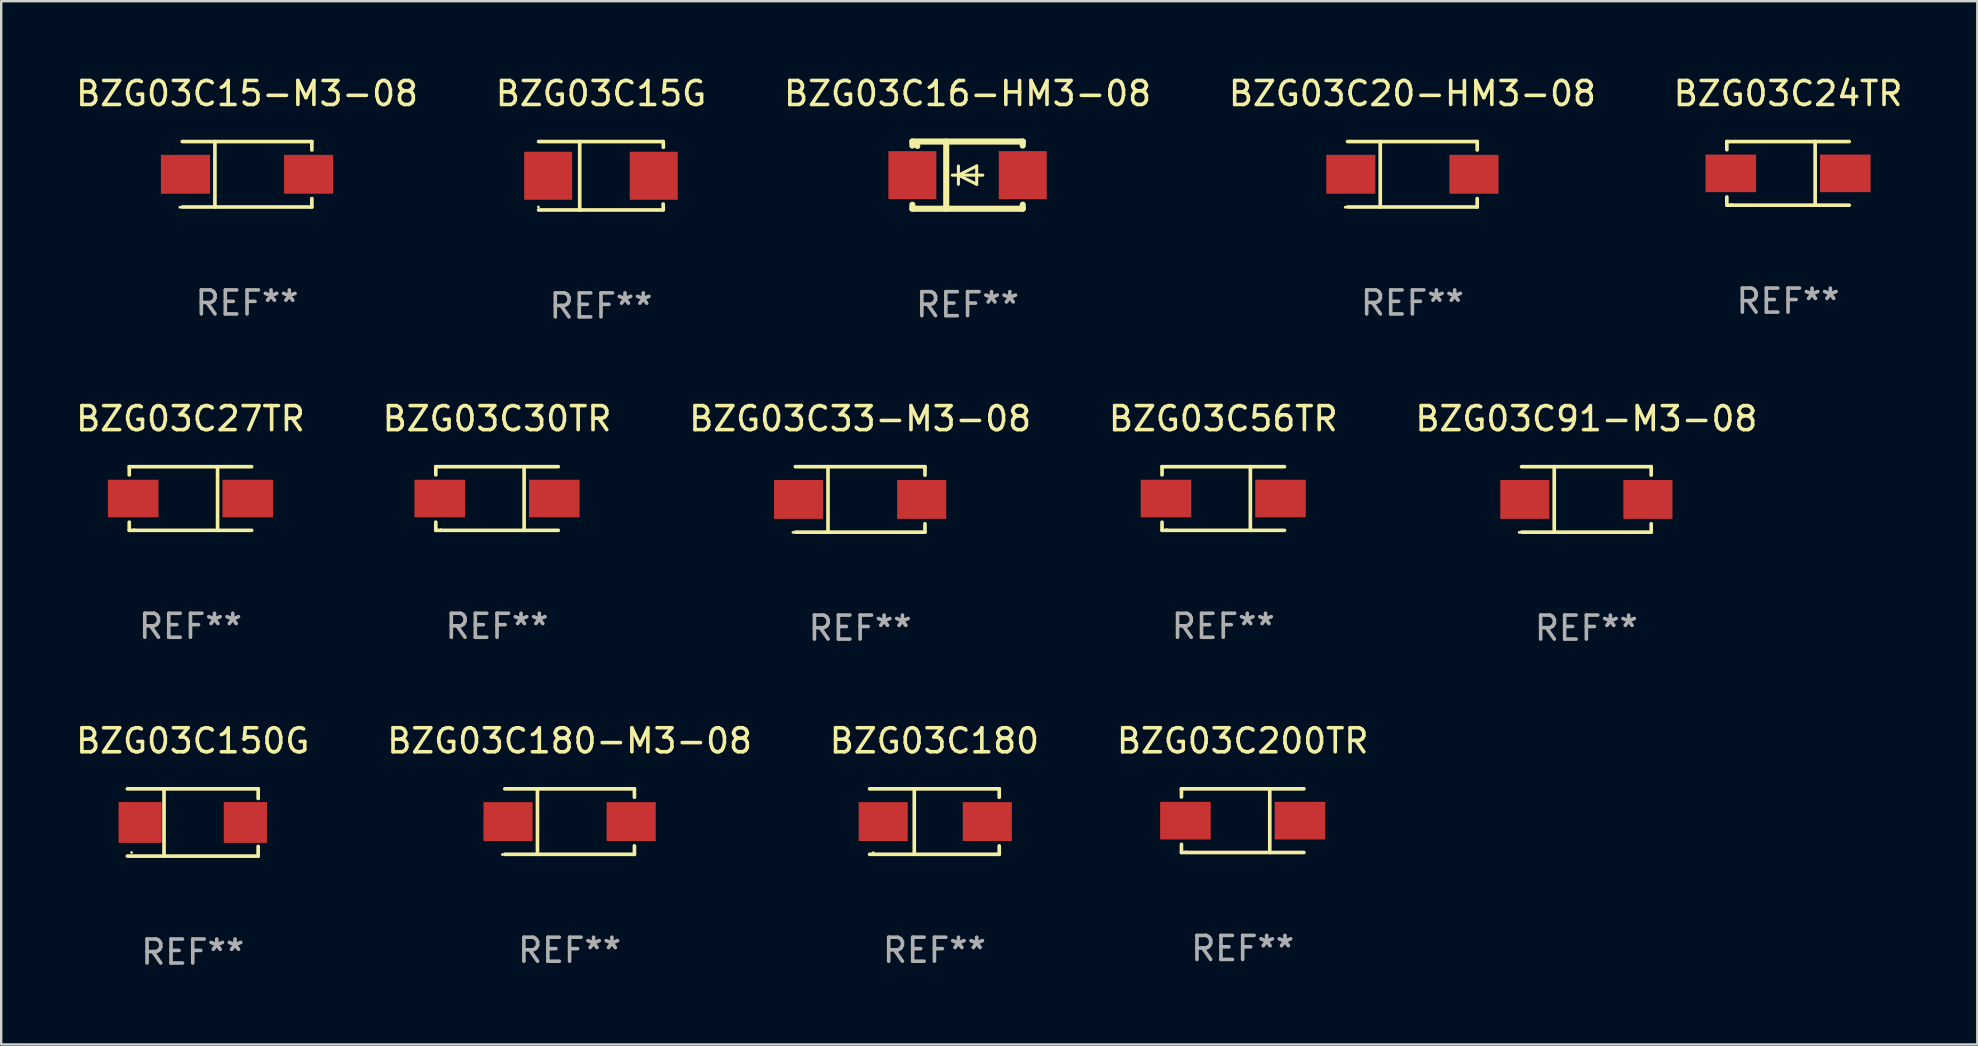
<source format=kicad_pcb>
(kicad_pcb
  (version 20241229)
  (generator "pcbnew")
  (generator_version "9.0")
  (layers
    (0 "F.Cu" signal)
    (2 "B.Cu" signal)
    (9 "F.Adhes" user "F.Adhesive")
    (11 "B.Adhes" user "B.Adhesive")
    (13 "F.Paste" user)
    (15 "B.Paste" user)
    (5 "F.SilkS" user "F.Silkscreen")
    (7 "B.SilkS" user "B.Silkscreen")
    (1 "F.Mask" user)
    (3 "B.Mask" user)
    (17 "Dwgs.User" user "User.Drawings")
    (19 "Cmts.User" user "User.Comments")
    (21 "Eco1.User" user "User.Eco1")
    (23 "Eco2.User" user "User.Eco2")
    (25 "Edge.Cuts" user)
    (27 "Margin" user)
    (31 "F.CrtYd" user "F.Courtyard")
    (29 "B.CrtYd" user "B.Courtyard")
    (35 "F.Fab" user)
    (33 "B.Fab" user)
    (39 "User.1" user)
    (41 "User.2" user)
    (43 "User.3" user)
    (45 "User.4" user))
  (footprint "BZG03C15-M3-08"
    (layer "F.Cu")
    (at 7.244 4.212)
    (property "Reference" "BZG03C15-M3-08" (at 0 -3.364 0) (layer "F.SilkS") (effects (font (size 1 1) (thickness 0.15))))
    (attr through_hole)
    (fp_line (start -2.701 -1.364) (end 2.701 -1.364) (stroke (width 0.152) (type solid)) (layer "F.SilkS"))
    (fp_line (start -2.701 1.364) (end 2.701 1.364) (stroke (width 0.152) (type solid)) (layer "F.SilkS"))
    (fp_line (start -1.339 -1.364) (end -1.339 1.364) (stroke (width 0.152) (type solid)) (layer "F.SilkS"))
    (fp_line (start 2.701 -1.364) (end 2.701 -1.013) (stroke (width 0.152) (type solid)) (layer "F.SilkS"))
    (fp_line (start 2.701 1.364) (end 2.701 1.013) (stroke (width 0.152) (type solid)) (layer "F.SilkS"))
    (fp_circle (center -2.8 1.375) (end -2.77 1.375) (stroke (width 0.06) (type solid)) (fill no) (layer "F.SilkS"))
    (fp_text user "REF**" (at 0 5.364 0) (layer "F.Fab") (effects (font (size 1 1) (thickness 0.15))))
    (pad "1" smd rect (at -2.565 -0.000025) (size 2.046 1.62) (layers "F.Cu" "F.Mask" "F.Paste"))
    (pad "2" smd rect (at 2.565 -0.000025) (size 2.046 1.62) (layers "F.Cu" "F.Mask" "F.Paste")))
  (footprint "BZG03C180-M3-08"
    (layer "F.Cu")
    (at 20.685 31.185)
    (property "Reference" "BZG03C180-M3-08" (at 0 -3.364 0) (layer "F.SilkS") (effects (font (size 1 1) (thickness 0.15))))
    (attr through_hole)
    (fp_line (start -2.701 -1.364) (end 2.701 -1.364) (stroke (width 0.152) (type solid)) (layer "F.SilkS"))
    (fp_line (start -2.701 1.364) (end 2.701 1.364) (stroke (width 0.152) (type solid)) (layer "F.SilkS"))
    (fp_line (start -1.339 -1.364) (end -1.339 1.364) (stroke (width 0.152) (type solid)) (layer "F.SilkS"))
    (fp_line (start 2.701 -1.364) (end 2.701 -1.013) (stroke (width 0.152) (type solid)) (layer "F.SilkS"))
    (fp_line (start 2.701 1.364) (end 2.701 1.013) (stroke (width 0.152) (type solid)) (layer "F.SilkS"))
    (fp_circle (center -2.8 1.375) (end -2.77 1.375) (stroke (width 0.06) (type solid)) (fill no) (layer "F.SilkS"))
    (fp_text user "REF**" (at 0 5.364 0) (layer "F.Fab") (effects (font (size 1 1) (thickness 0.15))))
    (pad "1" smd rect (at -2.565 -0.000025) (size 2.046 1.62) (layers "F.Cu" "F.Mask" "F.Paste"))
    (pad "2" smd rect (at 2.565 -0.000025) (size 2.046 1.62) (layers "F.Cu" "F.Mask" "F.Paste")))
  (footprint "BZG03C30TR"
    (layer "F.Cu")
    (at 17.661 17.723)
    (property "Reference" "BZG03C30TR" (at 0 -3.326 0) (layer "F.SilkS") (effects (font (size 1 1) (thickness 0.15))))
    (attr through_hole)
    (fp_line (start -2.551 -1.326) (end -2.551 -0.986) (stroke (width 0.152) (type solid)) (layer "F.SilkS"))
    (fp_line (start -2.551 1.326) (end -2.551 0.986) (stroke (width 0.152) (type solid)) (layer "F.SilkS"))
    (fp_line (start 1.129 1.326) (end 1.129 -1.326) (stroke (width 0.152) (type solid)) (layer "F.SilkS"))
    (fp_line (start 2.551 -1.326) (end -2.551 -1.326) (stroke (width 0.152) (type solid)) (layer "F.SilkS"))
    (fp_line (start 2.551 1.326) (end -2.551 1.326) (stroke (width 0.152) (type solid)) (layer "F.SilkS"))
    (fp_circle (center -2.35 1.3) (end -2.32 1.3) (stroke (width 0.06) (type solid)) (fill no) (layer "F.SilkS"))
    (fp_text user "REF**" (at 0 5.326 0) (layer "F.Fab") (effects (font (size 1 1) (thickness 0.15))))
    (pad "1" smd rect (at -2.386 0) (size 2.107 1.566) (layers "F.Cu" "F.Mask" "F.Paste"))
    (pad "2" smd rect (at 2.386 0) (size 2.107 1.566) (layers "F.Cu" "F.Mask" "F.Paste")))
  (footprint "BZG03C27TR"
    (layer "F.Cu")
    (at 4.887 17.723)
    (property "Reference" "BZG03C27TR" (at 0 -3.326 0) (layer "F.SilkS") (effects (font (size 1 1) (thickness 0.15))))
    (attr through_hole)
    (fp_line (start -2.551 -1.326) (end -2.551 -0.986) (stroke (width 0.152) (type solid)) (layer "F.SilkS"))
    (fp_line (start -2.551 1.326) (end -2.551 0.986) (stroke (width 0.152) (type solid)) (layer "F.SilkS"))
    (fp_line (start 1.129 1.326) (end 1.129 -1.326) (stroke (width 0.152) (type solid)) (layer "F.SilkS"))
    (fp_line (start 2.551 -1.326) (end -2.551 -1.326) (stroke (width 0.152) (type solid)) (layer "F.SilkS"))
    (fp_line (start 2.551 1.326) (end -2.551 1.326) (stroke (width 0.152) (type solid)) (layer "F.SilkS"))
    (fp_circle (center -2.35 1.3) (end -2.32 1.3) (stroke (width 0.06) (type solid)) (fill no) (layer "F.SilkS"))
    (fp_text user "REF**" (at 0 5.326 0) (layer "F.Fab") (effects (font (size 1 1) (thickness 0.15))))
    (pad "1" smd rect (at -2.386 0) (size 2.107 1.566) (layers "F.Cu" "F.Mask" "F.Paste"))
    (pad "2" smd rect (at 2.386 0) (size 2.107 1.566) (layers "F.Cu" "F.Mask" "F.Paste")))
  (footprint "BZG03C150G"
    (layer "F.Cu")
    (at 4.982 31.222)
    (property "Reference" "BZG03C150G" (at 0 -3.401 0) (layer "F.SilkS") (effects (font (size 1 1) (thickness 0.15))))
    (attr through_hole)
    (fp_line (start -2.726 -1.401) (end 2.726 -1.401) (stroke (width 0.152) (type solid)) (layer "F.SilkS"))
    (fp_line (start -2.726 1.401) (end 2.726 1.401) (stroke (width 0.152) (type solid)) (layer "F.SilkS"))
    (fp_line (start -1.197 -1.401) (end -1.197 1.401) (stroke (width 0.152) (type solid)) (layer "F.SilkS"))
    (fp_line (start 2.726 -1.401) (end 2.726 -1) (stroke (width 0.152) (type solid)) (layer "F.SilkS"))
    (fp_line (start 2.726 1.401) (end 2.726 1) (stroke (width 0.152) (type solid)) (layer "F.SilkS"))
    (fp_circle (center -2.55 1.25) (end -2.52 1.25) (stroke (width 0.06) (type solid)) (fill no) (layer "F.SilkS"))
    (fp_text user "REF**" (at 0 5.401 0) (layer "F.Fab") (effects (font (size 1 1) (thickness 0.15))))
    (pad "1" smd rect (at -2.192 0) (size 1.8 1.7) (layers "F.Cu" "F.Mask" "F.Paste"))
    (pad "2" smd rect (at 2.192 0) (size 1.8 1.7) (layers "F.Cu" "F.Mask" "F.Paste")))
  (footprint "BZG03C56TR"
    (layer "F.Cu")
    (at 47.923 17.723)
    (property "Reference" "BZG03C56TR" (at 0 -3.326 0) (layer "F.SilkS") (effects (font (size 1 1) (thickness 0.15))))
    (attr through_hole)
    (fp_line (start -2.551 -1.326) (end -2.551 -0.986) (stroke (width 0.152) (type solid)) (layer "F.SilkS"))
    (fp_line (start -2.551 1.326) (end -2.551 0.986) (stroke (width 0.152) (type solid)) (layer "F.SilkS"))
    (fp_line (start 1.129 1.326) (end 1.129 -1.326) (stroke (width 0.152) (type solid)) (layer "F.SilkS"))
    (fp_line (start 2.551 -1.326) (end -2.551 -1.326) (stroke (width 0.152) (type solid)) (layer "F.SilkS"))
    (fp_line (start 2.551 1.326) (end -2.551 1.326) (stroke (width 0.152) (type solid)) (layer "F.SilkS"))
    (fp_circle (center -2.35 1.3) (end -2.32 1.3) (stroke (width 0.06) (type solid)) (fill no) (layer "F.SilkS"))
    (fp_text user "REF**" (at 0 5.326 0) (layer "F.Fab") (effects (font (size 1 1) (thickness 0.15))))
    (pad "1" smd rect (at -2.386 0) (size 2.107 1.566) (layers "F.Cu" "F.Mask" "F.Paste"))
    (pad "2" smd rect (at 2.386 0) (size 2.107 1.566) (layers "F.Cu" "F.Mask" "F.Paste")))
  (footprint "BZG03C20-HM3-08"
    (layer "F.Cu")
    (at 55.804 4.212)
    (property "Reference" "BZG03C20-HM3-08" (at 0 -3.364 0) (layer "F.SilkS") (effects (font (size 1 1) (thickness 0.15))))
    (attr through_hole)
    (fp_line (start -2.701 -1.364) (end 2.701 -1.364) (stroke (width 0.152) (type solid)) (layer "F.SilkS"))
    (fp_line (start -2.701 1.364) (end 2.701 1.364) (stroke (width 0.152) (type solid)) (layer "F.SilkS"))
    (fp_line (start -1.339 -1.364) (end -1.339 1.364) (stroke (width 0.152) (type solid)) (layer "F.SilkS"))
    (fp_line (start 2.701 -1.364) (end 2.701 -1.013) (stroke (width 0.152) (type solid)) (layer "F.SilkS"))
    (fp_line (start 2.701 1.364) (end 2.701 1.013) (stroke (width 0.152) (type solid)) (layer "F.SilkS"))
    (fp_circle (center -2.8 1.375) (end -2.77 1.375) (stroke (width 0.06) (type solid)) (fill no) (layer "F.SilkS"))
    (fp_text user "REF**" (at 0 5.364 0) (layer "F.Fab") (effects (font (size 1 1) (thickness 0.15))))
    (pad "1" smd rect (at -2.565 -0.000025) (size 2.046 1.62) (layers "F.Cu" "F.Mask" "F.Paste"))
    (pad "2" smd rect (at 2.565 -0.000025) (size 2.046 1.62) (layers "F.Cu" "F.Mask" "F.Paste")))
  (footprint "BZG03C91-M3-08"
    (layer "F.Cu")
    (at 63.054 17.761)
    (property "Reference" "BZG03C91-M3-08" (at 0 -3.364 0) (layer "F.SilkS") (effects (font (size 1 1) (thickness 0.15))))
    (attr through_hole)
    (fp_line (start -2.701 -1.364) (end 2.701 -1.364) (stroke (width 0.152) (type solid)) (layer "F.SilkS"))
    (fp_line (start -2.701 1.364) (end 2.701 1.364) (stroke (width 0.152) (type solid)) (layer "F.SilkS"))
    (fp_line (start -1.339 -1.364) (end -1.339 1.364) (stroke (width 0.152) (type solid)) (layer "F.SilkS"))
    (fp_line (start 2.701 -1.364) (end 2.701 -1.013) (stroke (width 0.152) (type solid)) (layer "F.SilkS"))
    (fp_line (start 2.701 1.364) (end 2.701 1.013) (stroke (width 0.152) (type solid)) (layer "F.SilkS"))
    (fp_circle (center -2.8 1.375) (end -2.77 1.375) (stroke (width 0.06) (type solid)) (fill no) (layer "F.SilkS"))
    (fp_text user "REF**" (at 0 5.364 0) (layer "F.Fab") (effects (font (size 1 1) (thickness 0.15))))
    (pad "1" smd rect (at -2.565 -0.000025) (size 2.046 1.62) (layers "F.Cu" "F.Mask" "F.Paste"))
    (pad "2" smd rect (at 2.565 -0.000025) (size 2.046 1.62) (layers "F.Cu" "F.Mask" "F.Paste")))
  (footprint "BZG03C15G"
    (layer "F.Cu")
    (at 21.994 4.274)
    (property "Reference" "BZG03C15G" (at 0 -3.426 0) (layer "F.SilkS") (effects (font (size 1 1) (thickness 0.15))))
    (attr through_hole)
    (fp_line (start -2.6 -1.426) (end 2.593 -1.426) (stroke (width 0.152) (type solid)) (layer "F.SilkS"))
    (fp_line (start -2.6 1.426) (end 2.593 1.426) (stroke (width 0.152) (type solid)) (layer "F.SilkS"))
    (fp_line (start -0.887 -1.426) (end -0.887 1.426) (stroke (width 0.152) (type solid)) (layer "F.SilkS"))
    (fp_line (start 2.59 1.176) (end 2.597 1.415) (stroke (width 0.152) (type solid)) (layer "F.SilkS"))
    (fp_line (start 2.593 -1.426) (end 2.6 -1.187) (stroke (width 0.152) (type solid)) (layer "F.SilkS"))
    (fp_circle (center -2.608 1.3) (end -2.578 1.3) (stroke (width 0.06) (type solid)) (fill no) (layer "F.SilkS"))
    (fp_text user "REF**" (at 0 5.426 0) (layer "F.Fab") (effects (font (size 1 1) (thickness 0.15))))
    (pad "1" smd rect (at -2.203 0 180) (size 2 2) (layers "F.Cu" "F.Mask" "F.Paste"))
    (pad "2" smd rect (at 2.197 0 180) (size 2 2) (layers "F.Cu" "F.Mask" "F.Paste")))
  (footprint "BZG03C16-HM3-08"
    (layer "F.Cu")
    (at 37.268 4.248)
    (property "Reference" "BZG03C16-HM3-08" (at 0 -3.4 0) (layer "F.SilkS") (effects (font (size 1 1) (thickness 0.15))))
    (attr through_hole)
    (fp_line (start -2.3 -1.4) (end -2.3 -1.231) (stroke (width 0.254) (type solid)) (layer "F.SilkS"))
    (fp_line (start -2.3 -1.4) (end 2.3 -1.4) (stroke (width 0.254) (type solid)) (layer "F.SilkS"))
    (fp_line (start -2.3 1.231) (end -2.3 1.4) (stroke (width 0.254) (type solid)) (layer "F.SilkS"))
    (fp_line (start -2.3 1.4) (end 2.3 1.4) (stroke (width 0.254) (type solid)) (layer "F.SilkS"))
    (fp_line (start -0.889 1.4) (end -0.889 -1.4) (stroke (width 0.254) (type solid)) (layer "F.SilkS"))
    (fp_line (start -0.381 0) (end -0.381 -0.381) (stroke (width 0.127) (type solid)) (layer "F.SilkS"))
    (fp_line (start -0.381 0) (end -0.381 0.381) (stroke (width 0.127) (type solid)) (layer "F.SilkS"))
    (fp_line (start 0.381 -0.381) (end -0.381 0) (stroke (width 0.127) (type solid)) (layer "F.SilkS"))
    (fp_line (start 0.381 0) (end 0.381 -0.381) (stroke (width 0.127) (type solid)) (layer "F.SilkS"))
    (fp_line (start 0.381 0) (end 0.381 0.381) (stroke (width 0.127) (type solid)) (layer "F.SilkS"))
    (fp_line (start 0.381 0.381) (end -0.381 0) (stroke (width 0.127) (type solid)) (layer "F.SilkS"))
    (fp_line (start 0.635 0) (end -0.635 0) (stroke (width 0.127) (type solid)) (layer "F.SilkS"))
    (fp_line (start 2.3 -1.4) (end 2.3 -1.231) (stroke (width 0.254) (type solid)) (layer "F.SilkS"))
    (fp_line (start 2.3 1.231) (end 2.3 1.4) (stroke (width 0.254) (type solid)) (layer "F.SilkS"))
    (fp_circle (center -2.088 -1.208) (end -2.028 -1.208) (stroke (width 0.12) (type solid)) (fill no) (layer "F.SilkS"))
    (fp_text user "REF**" (at 0 5.4 0) (layer "F.Fab") (effects (font (size 1 1) (thickness 0.15))))
    (pad "1" smd rect (at -2.3 0 180) (size 2 2) (layers "F.Cu" "F.Mask" "F.Paste"))
    (pad "2" smd rect (at 2.3 0 180) (size 2 2) (layers "F.Cu" "F.Mask" "F.Paste")))
  (footprint "BZG03C180"
    (layer "F.Cu")
    (at 35.887 31.185)
    (property "Reference" "BZG03C180" (at 0 -3.364 0) (layer "F.SilkS") (effects (font (size 1 1) (thickness 0.15))))
    (attr through_hole)
    (fp_line (start -2.701 -1.364) (end 2.701 -1.364) (stroke (width 0.152) (type solid)) (layer "F.SilkS"))
    (fp_line (start -2.701 1.364) (end 2.701 1.364) (stroke (width 0.152) (type solid)) (layer "F.SilkS"))
    (fp_line (start -0.839 -1.364) (end -0.839 1.364) (stroke (width 0.152) (type solid)) (layer "F.SilkS"))
    (fp_line (start 2.701 -1.364) (end 2.701 -1.013) (stroke (width 0.152) (type solid)) (layer "F.SilkS"))
    (fp_line (start 2.701 1.364) (end 2.701 1.013) (stroke (width 0.152) (type solid)) (layer "F.SilkS"))
    (fp_circle (center -2.548 1.3) (end -2.518 1.3) (stroke (width 0.06) (type solid)) (fill no) (layer "F.SilkS"))
    (fp_text user "REF**" (at 0 5.364 0) (layer "F.Fab") (effects (font (size 1 1) (thickness 0.15))))
    (pad "1" smd rect (at -2.134 0.000025) (size 2.046 1.62) (layers "F.Cu" "F.Mask" "F.Paste"))
    (pad "2" smd rect (at 2.205 0.000025) (size 2.046 1.62) (layers "F.Cu" "F.Mask" "F.Paste")))
  (footprint "BZG03C33-M3-08"
    (layer "F.Cu")
    (at 32.792 17.761)
    (property "Reference" "BZG03C33-M3-08" (at 0 -3.364 0) (layer "F.SilkS") (effects (font (size 1 1) (thickness 0.15))))
    (attr through_hole)
    (fp_line (start -2.701 -1.364) (end 2.701 -1.364) (stroke (width 0.152) (type solid)) (layer "F.SilkS"))
    (fp_line (start -2.701 1.364) (end 2.701 1.364) (stroke (width 0.152) (type solid)) (layer "F.SilkS"))
    (fp_line (start -1.339 -1.364) (end -1.339 1.364) (stroke (width 0.152) (type solid)) (layer "F.SilkS"))
    (fp_line (start 2.701 -1.364) (end 2.701 -1.013) (stroke (width 0.152) (type solid)) (layer "F.SilkS"))
    (fp_line (start 2.701 1.364) (end 2.701 1.013) (stroke (width 0.152) (type solid)) (layer "F.SilkS"))
    (fp_circle (center -2.8 1.375) (end -2.77 1.375) (stroke (width 0.06) (type solid)) (fill no) (layer "F.SilkS"))
    (fp_text user "REF**" (at 0 5.364 0) (layer "F.Fab") (effects (font (size 1 1) (thickness 0.15))))
    (pad "1" smd rect (at -2.565 -0.000025) (size 2.046 1.62) (layers "F.Cu" "F.Mask" "F.Paste"))
    (pad "2" smd rect (at 2.565 -0.000025) (size 2.046 1.62) (layers "F.Cu" "F.Mask" "F.Paste")))
  (footprint "BZG03C200TR"
    (layer "F.Cu")
    (at 48.732 31.147)
    (property "Reference" "BZG03C200TR" (at 0 -3.326 0) (layer "F.SilkS") (effects (font (size 1 1) (thickness 0.15))))
    (attr through_hole)
    (fp_line (start -2.551 -1.326) (end -2.551 -0.986) (stroke (width 0.152) (type solid)) (layer "F.SilkS"))
    (fp_line (start -2.551 1.326) (end -2.551 0.986) (stroke (width 0.152) (type solid)) (layer "F.SilkS"))
    (fp_line (start 1.129 1.326) (end 1.129 -1.326) (stroke (width 0.152) (type solid)) (layer "F.SilkS"))
    (fp_line (start 2.551 -1.326) (end -2.551 -1.326) (stroke (width 0.152) (type solid)) (layer "F.SilkS"))
    (fp_line (start 2.551 1.326) (end -2.551 1.326) (stroke (width 0.152) (type solid)) (layer "F.SilkS"))
    (fp_circle (center -2.35 1.3) (end -2.32 1.3) (stroke (width 0.06) (type solid)) (fill no) (layer "F.SilkS"))
    (fp_text user "REF**" (at 0 5.326 0) (layer "F.Fab") (effects (font (size 1 1) (thickness 0.15))))
    (pad "1" smd rect (at -2.386 0) (size 2.107 1.566) (layers "F.Cu" "F.Mask" "F.Paste"))
    (pad "2" smd rect (at 2.386 0) (size 2.107 1.566) (layers "F.Cu" "F.Mask" "F.Paste")))
  (footprint "BZG03C24TR"
    (layer "F.Cu")
    (at 71.458 4.174)
    (property "Reference" "BZG03C24TR" (at 0 -3.326 0) (layer "F.SilkS") (effects (font (size 1 1) (thickness 0.15))))
    (attr through_hole)
    (fp_line (start -2.551 -1.326) (end -2.551 -0.986) (stroke (width 0.152) (type solid)) (layer "F.SilkS"))
    (fp_line (start -2.551 1.326) (end -2.551 0.986) (stroke (width 0.152) (type solid)) (layer "F.SilkS"))
    (fp_line (start 1.129 1.326) (end 1.129 -1.326) (stroke (width 0.152) (type solid)) (layer "F.SilkS"))
    (fp_line (start 2.551 -1.326) (end -2.551 -1.326) (stroke (width 0.152) (type solid)) (layer "F.SilkS"))
    (fp_line (start 2.551 1.326) (end -2.551 1.326) (stroke (width 0.152) (type solid)) (layer "F.SilkS"))
    (fp_circle (center -2.35 1.3) (end -2.32 1.3) (stroke (width 0.06) (type solid)) (fill no) (layer "F.SilkS"))
    (fp_text user "REF**" (at 0 5.326 0) (layer "F.Fab") (effects (font (size 1 1) (thickness 0.15))))
    (pad "1" smd rect (at -2.386 0) (size 2.107 1.566) (layers "F.Cu" "F.Mask" "F.Paste"))
    (pad "2" smd rect (at 2.386 0) (size 2.107 1.566) (layers "F.Cu" "F.Mask" "F.Paste")))
  (gr_rect
    (start -3 -3)
    (end 79.345 40.472)
    (stroke (width 0.1) (type default))
    (fill no)
    (layer "Edge.Cuts")))
</source>
